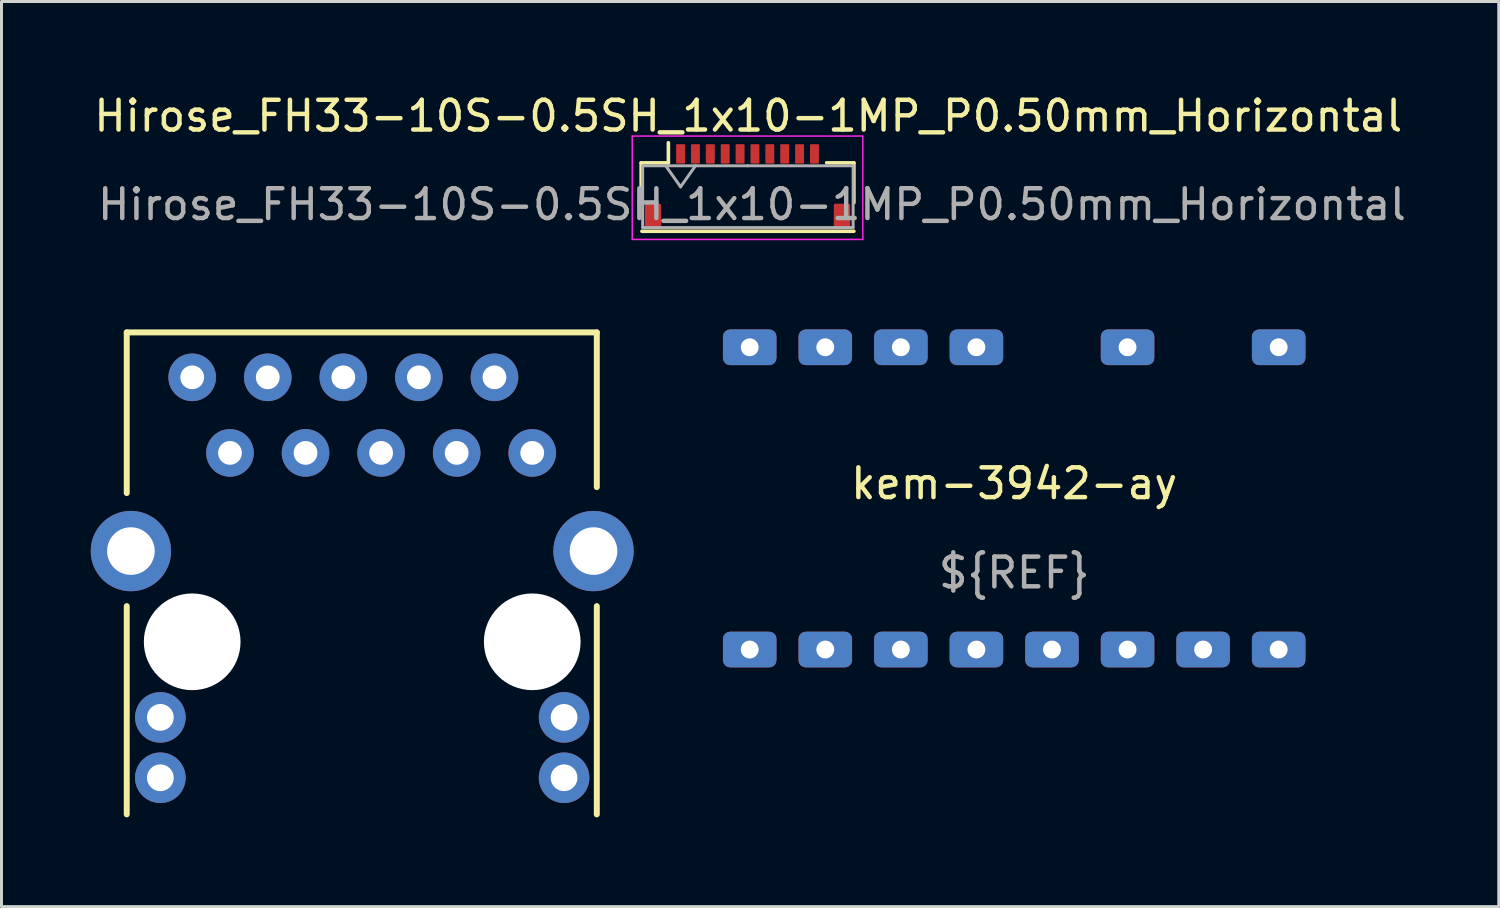
<source format=kicad_pcb>
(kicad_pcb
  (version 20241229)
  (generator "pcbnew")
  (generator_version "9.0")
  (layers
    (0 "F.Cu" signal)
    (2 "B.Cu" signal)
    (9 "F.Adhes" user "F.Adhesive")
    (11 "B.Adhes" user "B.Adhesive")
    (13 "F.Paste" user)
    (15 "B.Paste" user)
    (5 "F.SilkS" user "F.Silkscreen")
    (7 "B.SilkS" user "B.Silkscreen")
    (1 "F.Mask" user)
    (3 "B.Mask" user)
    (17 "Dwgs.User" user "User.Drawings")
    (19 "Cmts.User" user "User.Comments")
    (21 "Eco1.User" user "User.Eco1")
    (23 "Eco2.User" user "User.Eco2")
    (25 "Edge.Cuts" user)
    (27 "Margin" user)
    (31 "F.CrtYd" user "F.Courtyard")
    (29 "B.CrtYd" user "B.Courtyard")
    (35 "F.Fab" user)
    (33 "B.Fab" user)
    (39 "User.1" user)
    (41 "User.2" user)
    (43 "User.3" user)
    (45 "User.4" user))
  (footprint "Hirose_FH33-10S-0.5SH_1x10-1MP_P0.50mm_Horizontal"
    (layer "F.Cu")
    (at 22.076 3.723)
    (property "Reference" "Hirose_FH33-10S-0.5SH_1x10-1MP_P0.50mm_Horizontal" (at 0.025 -2.875 0) (layer "F.SilkS") (effects (font (size 1 1) (thickness 0.15))))
    (attr smd)
    (fp_line (start -3.575 -1.3) (end -3.575 0.04) (stroke (width 0.12) (type solid)) (layer "F.SilkS"))
    (fp_line (start -3.55 1) (end 3.575 1) (stroke (width 0.12) (type solid)) (layer "F.SilkS"))
    (fp_line (start -2.66 -1.3) (end -3.575 -1.3) (stroke (width 0.12) (type solid)) (layer "F.SilkS"))
    (fp_line (start -2.66 -1.3) (end -2.66 -1.975) (stroke (width 0.12) (type solid)) (layer "F.SilkS"))
    (fp_line (start 2.66 -1.3) (end 3.575 -1.3) (stroke (width 0.12) (type solid)) (layer "F.SilkS"))
    (fp_line (start 3.575 -1.3) (end 3.575 0.04) (stroke (width 0.12) (type solid)) (layer "F.SilkS"))
    (fp_line (start -3.875 -2.2) (end -3.875 1.275) (stroke (width 0.05) (type solid)) (layer "F.CrtYd"))
    (fp_line (start -3.875 1.275) (end 3.875 1.275) (stroke (width 0.05) (type solid)) (layer "F.CrtYd"))
    (fp_line (start 3.875 -2.2) (end -3.875 -2.2) (stroke (width 0.05) (type solid)) (layer "F.CrtYd"))
    (fp_line (start 3.875 1.275) (end 3.875 -2.2) (stroke (width 0.05) (type solid)) (layer "F.CrtYd"))
    (fp_line (start -3.525 -1.2) (end -3.525 0.875) (stroke (width 0.1) (type solid)) (layer "F.Fab"))
    (fp_line (start -2.75 -1.2) (end -2.25 -0.493) (stroke (width 0.1) (type solid)) (layer "F.Fab"))
    (fp_line (start -2.25 -0.493) (end -1.75 -1.2) (stroke (width 0.1) (type solid)) (layer "F.Fab"))
    (fp_line (start 0 -1.2) (end -3.525 -1.2) (stroke (width 0.1) (type solid)) (layer "F.Fab"))
    (fp_line (start 0 -1.2) (end 3.525 -1.2) (stroke (width 0.1) (type solid)) (layer "F.Fab"))
    (fp_line (start 3.55 -1.2) (end 3.55 0.875) (stroke (width 0.1) (type solid)) (layer "F.Fab"))
    (fp_line (start 3.55 0.875) (end -3.525 0.875) (stroke (width 0.1) (type solid)) (layer "F.Fab"))
    (fp_text user "${REFERENCE}" (at 0.15 0.1 0) (layer "F.Fab") (effects (font (size 1 1) (thickness 0.15))))
    (pad "1" smd roundrect (at -2.25 -1.6) (size 0.3 0.65) (layers "F.Cu" "F.Mask" "F.Paste") (roundrect_rratio 0.1))
    (pad "2" smd roundrect (at -1.75 -1.6) (size 0.3 0.65) (layers "F.Cu" "F.Mask" "F.Paste") (roundrect_rratio 0.1))
    (pad "3" smd roundrect (at -1.25 -1.6) (size 0.3 0.65) (layers "F.Cu" "F.Mask" "F.Paste") (roundrect_rratio 0.1))
    (pad "4" smd roundrect (at -0.75 -1.6) (size 0.3 0.65) (layers "F.Cu" "F.Mask" "F.Paste") (roundrect_rratio 0.1))
    (pad "5" smd roundrect (at -0.25 -1.6) (size 0.3 0.65) (layers "F.Cu" "F.Mask" "F.Paste") (roundrect_rratio 0.1))
    (pad "6" smd roundrect (at 0.25 -1.6) (size 0.3 0.65) (layers "F.Cu" "F.Mask" "F.Paste") (roundrect_rratio 0.1))
    (pad "7" smd roundrect (at 0.75 -1.6) (size 0.3 0.65) (layers "F.Cu" "F.Mask" "F.Paste") (roundrect_rratio 0.1))
    (pad "8" smd roundrect (at 1.25 -1.6) (size 0.3 0.65) (layers "F.Cu" "F.Mask" "F.Paste") (roundrect_rratio 0.1))
    (pad "9" smd roundrect (at 1.75 -1.6) (size 0.3 0.65) (layers "F.Cu" "F.Mask" "F.Paste") (roundrect_rratio 0.1))
    (pad "10" smd roundrect (at 2.25 -1.6) (size 0.3 0.65) (layers "F.Cu" "F.Mask" "F.Paste") (roundrect_rratio 0.1))
    (pad "MP" smd roundrect (at -3.175 0.475) (size 0.55 0.8) (layers "F.Cu" "F.Mask" "F.Paste") (roundrect_rratio 0.1))
    (pad "MP" smd roundrect (at 3.175 0.475) (size 0.55 0.8) (layers "F.Cu" "F.Mask" "F.Paste") (roundrect_rratio 0.1)))
  (footprint "JD1-0001NL"
    (layer "F.Cu")
    (at 3.41 18.523)
    (property "Reference" "JD1-0001NL" (at 6.2 0 0) (layer "F.SilkS") (effects (font (size 0.001 0.001) (thickness 0.15))))
    (attr through_hole)
    (fp_line (start -2.2 -10.4) (end -2.2 -5) (stroke (width 0.2) (type solid)) (layer "F.SilkS"))
    (fp_line (start -2.2 -1.2) (end -2.2 5.8) (stroke (width 0.2) (type solid)) (layer "F.SilkS"))
    (fp_line (start 13.6 -10.4) (end -2.2 -10.4) (stroke (width 0.2) (type solid)) (layer "F.SilkS"))
    (fp_line (start 13.6 -5.2) (end 13.6 -10.4) (stroke (width 0.2) (type solid)) (layer "F.SilkS"))
    (fp_line (start 13.6 5.8) (end 13.6 -1.2) (stroke (width 0.2) (type solid)) (layer "F.SilkS"))
    (pad "" np_thru_hole circle (at 0 0) (size 3.25 3.25) (drill 3.25) (layers "*.Cu" "*.Mask"))
    (pad "" np_thru_hole circle (at 11.43 0) (size 3.25 3.25) (drill 3.25) (layers "*.Cu" "*.Mask"))
    (pad "1" thru_hole circle (at -2.06 -3.05) (size 2.7 2.7) (drill 1.6) (layers "*.Cu" "*.Mask"))
    (pad "1" thru_hole circle (at 13.49 -3.05) (size 2.7 2.7) (drill 1.6) (layers "*.Cu" "*.Mask"))
    (pad "2" thru_hole circle (at 11.43 -6.35) (size 1.6 1.6) (drill 0.8) (layers "*.Cu" "*.Mask"))
    (pad "3" thru_hole circle (at 10.16 -8.89) (size 1.6 1.6) (drill 0.8) (layers "*.Cu" "*.Mask"))
    (pad "4" thru_hole circle (at 8.89 -6.35) (size 1.6 1.6) (drill 0.8) (layers "*.Cu" "*.Mask"))
    (pad "5" thru_hole circle (at 7.62 -8.89) (size 1.6 1.6) (drill 0.8) (layers "*.Cu" "*.Mask"))
    (pad "6" thru_hole circle (at 6.35 -6.35) (size 1.6 1.6) (drill 0.8) (layers "*.Cu" "*.Mask"))
    (pad "7" thru_hole circle (at 5.08 -8.89) (size 1.6 1.6) (drill 0.8) (layers "*.Cu" "*.Mask"))
    (pad "8" thru_hole circle (at 3.81 -6.35) (size 1.6 1.6) (drill 0.8) (layers "*.Cu" "*.Mask"))
    (pad "9" thru_hole circle (at 2.54 -8.89) (size 1.6 1.6) (drill 0.8) (layers "*.Cu" "*.Mask"))
    (pad "10" thru_hole circle (at 1.27 -6.35) (size 1.6 1.6) (drill 0.8) (layers "*.Cu" "*.Mask"))
    (pad "11" thru_hole circle (at 0 -8.89) (size 1.6 1.6) (drill 0.8) (layers "*.Cu" "*.Mask"))
    (pad "12" thru_hole circle (at 12.5 2.54) (size 1.7 1.7) (drill 0.9) (layers "*.Cu" "*.Mask"))
    (pad "13" thru_hole circle (at 12.5 4.57) (size 1.7 1.7) (drill 0.9) (layers "*.Cu" "*.Mask"))
    (pad "14" thru_hole circle (at -1.07 2.54) (size 1.7 1.7) (drill 0.9) (layers "*.Cu" "*.Mask"))
    (pad "15" thru_hole circle (at -1.07 4.57) (size 1.7 1.7) (drill 0.9) (layers "*.Cu" "*.Mask")))
  (footprint "kem-3942-ay"
    (layer "F.Cu")
    (at 31.04 13.703)
    (property "Reference" "kem-3942-ay" (at 0 -0.5 0) (unlocked yes) (layer "F.SilkS") (effects (font (size 1 1) (thickness 0.15))))
    (fp_text user "${REF}" (at 0 2.5 0) (unlocked yes) (layer "F.Fab") (effects (font (size 1 1) (thickness 0.15))))
    (pad "1" thru_hole roundrect (at -8.89 5.08) (size 1.8 1.2) (drill 0.6) (layers "*.Cu" "*.Mask") (roundrect_rratio 0.2))
    (pad "2" thru_hole roundrect (at -6.35 5.08) (size 1.8 1.2) (drill 0.6) (layers "*.Cu" "*.Mask") (roundrect_rratio 0.2))
    (pad "3" thru_hole roundrect (at -3.81 5.08) (size 1.8 1.2) (drill 0.6) (layers "*.Cu" "*.Mask") (roundrect_rratio 0.2))
    (pad "4" thru_hole roundrect (at -1.27 5.08) (size 1.8 1.2) (drill 0.6) (layers "*.Cu" "*.Mask") (roundrect_rratio 0.2))
    (pad "5" thru_hole roundrect (at 1.27 5.08) (size 1.8 1.2) (drill 0.6) (layers "*.Cu" "*.Mask") (roundrect_rratio 0.2))
    (pad "6" thru_hole roundrect (at 3.81 5.08) (size 1.8 1.2) (drill 0.6) (layers "*.Cu" "*.Mask") (roundrect_rratio 0.2))
    (pad "7" thru_hole roundrect (at 6.35 5.08) (size 1.8 1.2) (drill 0.6) (layers "*.Cu" "*.Mask") (roundrect_rratio 0.2))
    (pad "8" thru_hole roundrect (at 8.89 5.08) (size 1.8 1.2) (drill 0.6) (layers "*.Cu" "*.Mask") (roundrect_rratio 0.2))
    (pad "9" thru_hole roundrect (at 8.89 -5.08) (size 1.8 1.2) (drill 0.6) (layers "*.Cu" "*.Mask") (roundrect_rratio 0.2))
    (pad "11" thru_hole roundrect (at 3.81 -5.08) (size 1.8 1.2) (drill 0.6) (layers "*.Cu" "*.Mask") (roundrect_rratio 0.2))
    (pad "13" thru_hole roundrect (at -1.27 -5.08) (size 1.8 1.2) (drill 0.6) (layers "*.Cu" "*.Mask") (roundrect_rratio 0.2))
    (pad "14" thru_hole roundrect (at -3.81 -5.08) (size 1.8 1.2) (drill 0.6) (layers "*.Cu" "*.Mask") (roundrect_rratio 0.2))
    (pad "15" thru_hole roundrect (at -6.35 -5.08) (size 1.8 1.2) (drill 0.6) (layers "*.Cu" "*.Mask") (roundrect_rratio 0.2))
    (pad "16" thru_hole roundrect (at -8.89 -5.08) (size 1.8 1.2) (drill 0.6) (layers "*.Cu" "*.Mask") (roundrect_rratio 0.2)))
  (gr_rect
    (start -3 -3)
    (end 47.327 27.423)
    (stroke (width 0.1) (type default))
    (fill no)
    (layer "Edge.Cuts")))
</source>
